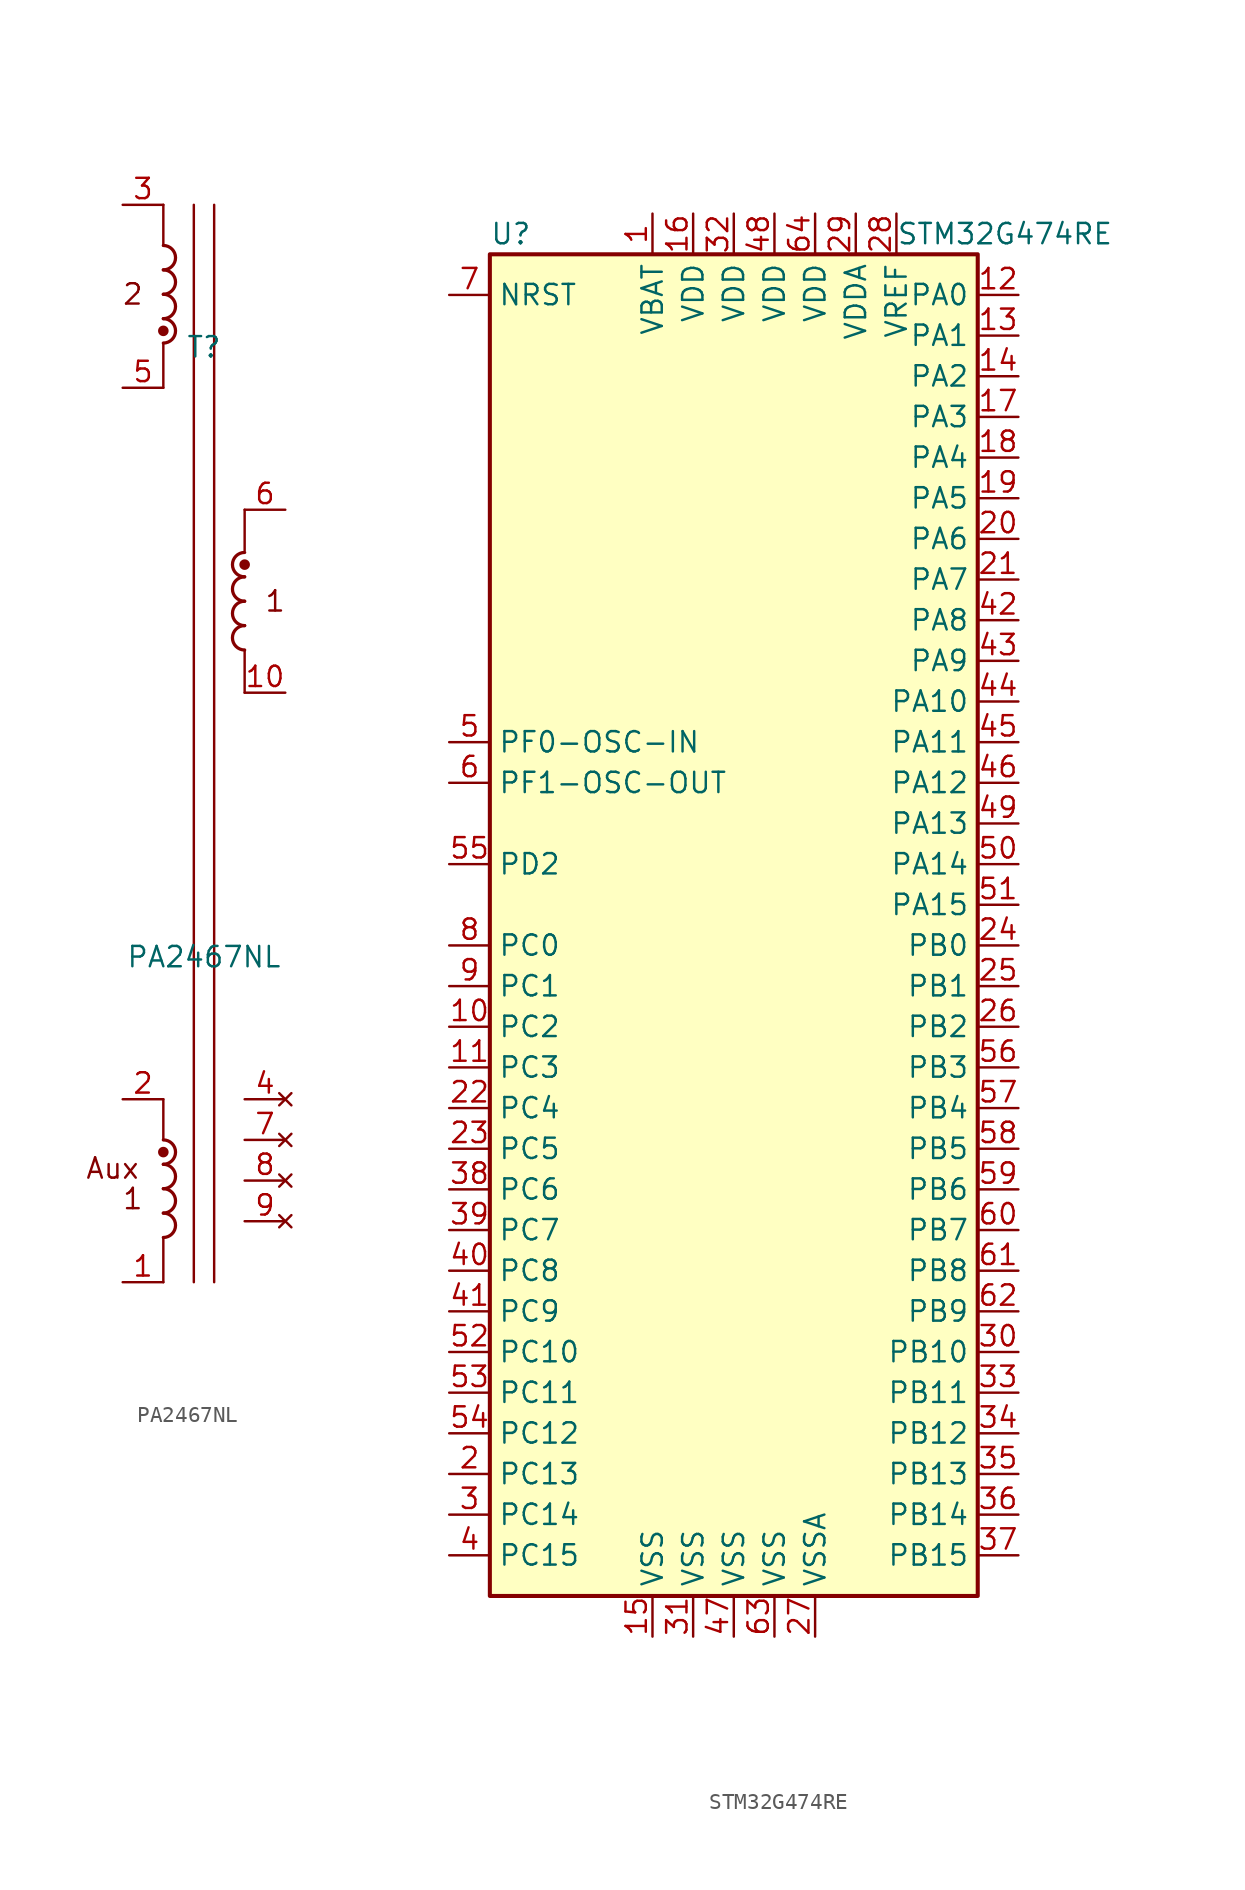
<source format=kicad_sym>
(kicad_symbol_lib
  (version 20220914)
  (generator kicad_symbol_editor)
  (symbol "PA2467NL"
    (pin_names hide)
    (property "Reference" "T"
      (at 0 13.97 0)
      (effects (font (size 1.27 1.27))))
    (property "Value" "PA2467NL"
      (at 0 -24.13 0)
      (effects (font (size 1.27 1.27))))
    (symbol "PA2467NL_0_0"
      (text "1" (at -4.445 -39.243 0) (effects (font (size 1.27 1.27))))
      (text "1" (at 4.445 -1.905 0) (effects (font (size 1.27 1.27))))
      (text "2" (at -4.445 17.272 0) (effects (font (size 1.27 1.27))))
      (text "Aux" (at -5.715 -37.338 0) (effects (font (size 1.27 1.27)))))
    (symbol "PA2467NL_0_1"
      (arc (start -2.54 -41.656) (mid -1.7813 -40.894) (end -2.54 -40.132) (stroke (width 0.2032) (type default)) (fill (type none)))
      (arc (start -2.54 -40.132) (mid -1.7813 -39.37) (end -2.54 -38.608) (stroke (width 0.2032) (type default)) (fill (type none)))
      (arc (start -2.54 -38.608) (mid -1.7813 -37.846) (end -2.54 -37.084) (stroke (width 0.2032) (type default)) (fill (type none)))
      (arc (start -2.54 -37.084) (mid -1.7813 -36.322) (end -2.54 -35.56) (stroke (width 0.2032) (type default)) (fill (type none)))
      (circle (center -2.54 -36.322) (radius 0.254) (stroke (width 0) (type default)) (fill (type outline)))
      (arc (start -2.54 14.224) (mid -1.7813 14.986) (end -2.54 15.748) (stroke (width 0.2032) (type default)) (fill (type none)))
      (circle (center -2.54 14.986) (radius 0.254) (stroke (width 0) (type default)) (fill (type outline)))
      (arc (start -2.54 15.748) (mid -1.7813 16.51) (end -2.54 17.272) (stroke (width 0.2032) (type default)) (fill (type none)))
      (arc (start -2.54 17.272) (mid -1.7813 18.034) (end -2.54 18.796) (stroke (width 0.2032) (type default)) (fill (type none)))
      (arc (start -2.54 18.796) (mid -1.7813 19.558) (end -2.54 20.32) (stroke (width 0.2032) (type default)) (fill (type none)))
      (polyline (pts (xy -2.54 -41.656) (xy -2.54 -44.45)) (stroke (width 0) (type default)) (fill (type none)))
      (polyline (pts (xy -2.54 -33.02) (xy -2.54 -35.56)) (stroke (width 0) (type default)) (fill (type none)))
      (polyline (pts (xy -2.54 14.224) (xy -2.54 11.43)) (stroke (width 0) (type default)) (fill (type none)))
      (polyline (pts (xy -2.54 22.86) (xy -2.54 20.32)) (stroke (width 0) (type default)) (fill (type none)))
      (polyline (pts (xy -0.635 22.86) (xy -0.635 -44.45)) (stroke (width 0) (type default)) (fill (type none)))
      (polyline (pts (xy 0.635 22.86) (xy 0.635 -44.45)) (stroke (width 0) (type default)) (fill (type none)))
      (polyline (pts (xy 2.54 -4.953) (xy 2.54 -7.62)) (stroke (width 0) (type default)) (fill (type none)))
      (polyline (pts (xy 2.54 3.81) (xy 2.54 1.27)) (stroke (width 0) (type default)) (fill (type none)))
      (arc (start 2.54 -3.429) (mid 1.7813 -4.191) (end 2.54 -4.953) (stroke (width 0.2032) (type default)) (fill (type none)))
      (arc (start 2.54 -1.905) (mid 1.7813 -2.667) (end 2.54 -3.429) (stroke (width 0.2032) (type default)) (fill (type none)))
      (arc (start 2.54 -0.381) (mid 1.7813 -1.143) (end 2.54 -1.905) (stroke (width 0.2032) (type default)) (fill (type none)))
      (circle (center 2.54 0.381) (radius 0.254) (stroke (width 0) (type default)) (fill (type outline))))
    (symbol "PA2467NL_1_1"
      (arc (start 2.54 1.143) (mid 1.7813 0.381) (end 2.54 -0.381) (stroke (width 0.2032) (type default)) (fill (type none)))
      (pin passive line (at -5.08 -44.45 0) (length 2.54) (name "~" (effects (font (size 1.27 1.27)))) (number "1" (effects (font (size 1.27 1.27)))))
      (pin passive line (at 5.08 -7.62 180) (length 2.54) (name "~" (effects (font (size 1.27 1.27)))) (number "10" (effects (font (size 1.27 1.27)))))
      (pin passive line (at -5.08 -33.02 0) (length 2.54) (name "~" (effects (font (size 1.27 1.27)))) (number "2" (effects (font (size 1.27 1.27)))))
      (pin passive line (at -5.08 22.86 0) (length 2.54) (name "~" (effects (font (size 1.27 1.27)))) (number "3" (effects (font (size 1.27 1.27)))))
      (pin no_connect line (at 5.08 -33.02 180) (length 2.54) (name "" (effects (font (size 1.27 1.27)))) (number "4" (effects (font (size 1.27 1.27)))))
      (pin passive line (at -5.08 11.43 0) (length 2.54) (name "~" (effects (font (size 1.27 1.27)))) (number "5" (effects (font (size 1.27 1.27)))))
      (pin passive line (at 5.08 3.81 180) (length 2.54) (name "~" (effects (font (size 1.27 1.27)))) (number "6" (effects (font (size 1.27 1.27)))))
      (pin no_connect line (at 5.08 -35.56 180) (length 2.54) (name "" (effects (font (size 1.27 1.27)))) (number "7" (effects (font (size 1.27 1.27)))))
      (pin no_connect line (at 5.08 -38.1 180) (length 2.54) (name "" (effects (font (size 1.27 1.27)))) (number "8" (effects (font (size 1.27 1.27)))))
      (pin no_connect line (at 5.08 -40.64 180) (length 2.54) (name "" (effects (font (size 1.27 1.27)))) (number "9" (effects (font (size 1.27 1.27)))))))
  (symbol "STM32G474RE"
    (property "Reference" "U"
      (at -15.24 41.91 0)
      (effects (font (size 1.27 1.27)) (justify left)))
    (property "Value" "STM32G474RE"
      (at 10.16 41.91 0)
      (effects (font (size 1.27 1.27)) (justify left)))
    (symbol "STM32G474RE_0_1"
      (rectangle (start -15.24 -43.18) (end 15.24 40.64) (stroke (width 0.254) (type default)) (fill (type background))))
    (symbol "STM32G474RE_1_1"
      (pin power_in line (at -5.08 43.18 270) (length 2.54) (name "VBAT" (effects (font (size 1.27 1.27)))) (number "1" (effects (font (size 1.27 1.27)))))
      (pin bidirectional line (at -17.78 -7.62 0) (length 2.54) (name "PC2" (effects (font (size 1.27 1.27)))) (number "10" (effects (font (size 1.27 1.27)))))
      (pin bidirectional line (at -17.78 -10.16 0) (length 2.54) (name "PC3" (effects (font (size 1.27 1.27)))) (number "11" (effects (font (size 1.27 1.27)))))
      (pin bidirectional line (at 17.78 38.1 180) (length 2.54) (name "PA0" (effects (font (size 1.27 1.27)))) (number "12" (effects (font (size 1.27 1.27)))))
      (pin bidirectional line (at 17.78 35.56 180) (length 2.54) (name "PA1" (effects (font (size 1.27 1.27)))) (number "13" (effects (font (size 1.27 1.27)))))
      (pin bidirectional line (at 17.78 33.02 180) (length 2.54) (name "PA2" (effects (font (size 1.27 1.27)))) (number "14" (effects (font (size 1.27 1.27)))))
      (pin power_in line (at -5.08 -45.72 90) (length 2.54) (name "VSS" (effects (font (size 1.27 1.27)))) (number "15" (effects (font (size 1.27 1.27)))))
      (pin power_in line (at -2.54 43.18 270) (length 2.54) (name "VDD" (effects (font (size 1.27 1.27)))) (number "16" (effects (font (size 1.27 1.27)))))
      (pin bidirectional line (at 17.78 30.48 180) (length 2.54) (name "PA3" (effects (font (size 1.27 1.27)))) (number "17" (effects (font (size 1.27 1.27)))))
      (pin bidirectional line (at 17.78 27.94 180) (length 2.54) (name "PA4" (effects (font (size 1.27 1.27)))) (number "18" (effects (font (size 1.27 1.27)))))
      (pin bidirectional line (at 17.78 25.4 180) (length 2.54) (name "PA5" (effects (font (size 1.27 1.27)))) (number "19" (effects (font (size 1.27 1.27)))))
      (pin bidirectional line (at -17.78 -35.56 0) (length 2.54) (name "PC13" (effects (font (size 1.27 1.27)))) (number "2" (effects (font (size 1.27 1.27)))))
      (pin bidirectional line (at 17.78 22.86 180) (length 2.54) (name "PA6" (effects (font (size 1.27 1.27)))) (number "20" (effects (font (size 1.27 1.27)))))
      (pin bidirectional line (at 17.78 20.32 180) (length 2.54) (name "PA7" (effects (font (size 1.27 1.27)))) (number "21" (effects (font (size 1.27 1.27)))))
      (pin bidirectional line (at -17.78 -12.7 0) (length 2.54) (name "PC4" (effects (font (size 1.27 1.27)))) (number "22" (effects (font (size 1.27 1.27)))))
      (pin bidirectional line (at -17.78 -15.24 0) (length 2.54) (name "PC5" (effects (font (size 1.27 1.27)))) (number "23" (effects (font (size 1.27 1.27)))))
      (pin bidirectional line (at 17.78 -2.54 180) (length 2.54) (name "PB0" (effects (font (size 1.27 1.27)))) (number "24" (effects (font (size 1.27 1.27)))))
      (pin bidirectional line (at 17.78 -5.08 180) (length 2.54) (name "PB1" (effects (font (size 1.27 1.27)))) (number "25" (effects (font (size 1.27 1.27)))))
      (pin bidirectional line (at 17.78 -7.62 180) (length 2.54) (name "PB2" (effects (font (size 1.27 1.27)))) (number "26" (effects (font (size 1.27 1.27)))))
      (pin power_in line (at 5.08 -45.72 90) (length 2.54) (name "VSSA" (effects (font (size 1.27 1.27)))) (number "27" (effects (font (size 1.27 1.27)))))
      (pin bidirectional line (at 10.16 43.18 270) (length 2.54) (name "VREF" (effects (font (size 1.27 1.27)))) (number "28" (effects (font (size 1.27 1.27)))))
      (pin power_in line (at 7.62 43.18 270) (length 2.54) (name "VDDA" (effects (font (size 1.27 1.27)))) (number "29" (effects (font (size 1.27 1.27)))))
      (pin bidirectional line (at -17.78 -38.1 0) (length 2.54) (name "PC14" (effects (font (size 1.27 1.27)))) (number "3" (effects (font (size 1.27 1.27)))))
      (pin bidirectional line (at 17.78 -27.94 180) (length 2.54) (name "PB10" (effects (font (size 1.27 1.27)))) (number "30" (effects (font (size 1.27 1.27)))))
      (pin power_in line (at -2.54 -45.72 90) (length 2.54) (name "VSS" (effects (font (size 1.27 1.27)))) (number "31" (effects (font (size 1.27 1.27)))))
      (pin power_in line (at 0 43.18 270) (length 2.54) (name "VDD" (effects (font (size 1.27 1.27)))) (number "32" (effects (font (size 1.27 1.27)))))
      (pin bidirectional line (at 17.78 -30.48 180) (length 2.54) (name "PB11" (effects (font (size 1.27 1.27)))) (number "33" (effects (font (size 1.27 1.27)))))
      (pin bidirectional line (at 17.78 -33.02 180) (length 2.54) (name "PB12" (effects (font (size 1.27 1.27)))) (number "34" (effects (font (size 1.27 1.27)))))
      (pin bidirectional line (at 17.78 -35.56 180) (length 2.54) (name "PB13" (effects (font (size 1.27 1.27)))) (number "35" (effects (font (size 1.27 1.27)))))
      (pin bidirectional line (at 17.78 -38.1 180) (length 2.54) (name "PB14" (effects (font (size 1.27 1.27)))) (number "36" (effects (font (size 1.27 1.27)))))
      (pin bidirectional line (at 17.78 -40.64 180) (length 2.54) (name "PB15" (effects (font (size 1.27 1.27)))) (number "37" (effects (font (size 1.27 1.27)))))
      (pin bidirectional line (at -17.78 -17.78 0) (length 2.54) (name "PC6" (effects (font (size 1.27 1.27)))) (number "38" (effects (font (size 1.27 1.27)))))
      (pin bidirectional line (at -17.78 -20.32 0) (length 2.54) (name "PC7" (effects (font (size 1.27 1.27)))) (number "39" (effects (font (size 1.27 1.27)))))
      (pin bidirectional line (at -17.78 -40.64 0) (length 2.54) (name "PC15" (effects (font (size 1.27 1.27)))) (number "4" (effects (font (size 1.27 1.27)))))
      (pin bidirectional line (at -17.78 -22.86 0) (length 2.54) (name "PC8" (effects (font (size 1.27 1.27)))) (number "40" (effects (font (size 1.27 1.27)))))
      (pin bidirectional line (at -17.78 -25.4 0) (length 2.54) (name "PC9" (effects (font (size 1.27 1.27)))) (number "41" (effects (font (size 1.27 1.27)))))
      (pin bidirectional line (at 17.78 17.78 180) (length 2.54) (name "PA8" (effects (font (size 1.27 1.27)))) (number "42" (effects (font (size 1.27 1.27)))))
      (pin bidirectional line (at 17.78 15.24 180) (length 2.54) (name "PA9" (effects (font (size 1.27 1.27)))) (number "43" (effects (font (size 1.27 1.27)))))
      (pin bidirectional line (at 17.78 12.7 180) (length 2.54) (name "PA10" (effects (font (size 1.27 1.27)))) (number "44" (effects (font (size 1.27 1.27)))))
      (pin bidirectional line (at 17.78 10.16 180) (length 2.54) (name "PA11" (effects (font (size 1.27 1.27)))) (number "45" (effects (font (size 1.27 1.27)))))
      (pin bidirectional line (at 17.78 7.62 180) (length 2.54) (name "PA12" (effects (font (size 1.27 1.27)))) (number "46" (effects (font (size 1.27 1.27)))))
      (pin power_in line (at 0 -45.72 90) (length 2.54) (name "VSS" (effects (font (size 1.27 1.27)))) (number "47" (effects (font (size 1.27 1.27)))))
      (pin power_in line (at 2.54 43.18 270) (length 2.54) (name "VDD" (effects (font (size 1.27 1.27)))) (number "48" (effects (font (size 1.27 1.27)))))
      (pin bidirectional line (at 17.78 5.08 180) (length 2.54) (name "PA13" (effects (font (size 1.27 1.27)))) (number "49" (effects (font (size 1.27 1.27)))))
      (pin input line (at -17.78 10.16 0) (length 2.54) (name "PF0-OSC-IN" (effects (font (size 1.27 1.27)))) (number "5" (effects (font (size 1.27 1.27)))))
      (pin bidirectional line (at 17.78 2.54 180) (length 2.54) (name "PA14" (effects (font (size 1.27 1.27)))) (number "50" (effects (font (size 1.27 1.27)))))
      (pin bidirectional line (at 17.78 0 180) (length 2.54) (name "PA15" (effects (font (size 1.27 1.27)))) (number "51" (effects (font (size 1.27 1.27)))))
      (pin bidirectional line (at -17.78 -27.94 0) (length 2.54) (name "PC10" (effects (font (size 1.27 1.27)))) (number "52" (effects (font (size 1.27 1.27)))))
      (pin bidirectional line (at -17.78 -30.48 0) (length 2.54) (name "PC11" (effects (font (size 1.27 1.27)))) (number "53" (effects (font (size 1.27 1.27)))))
      (pin bidirectional line (at -17.78 -33.02 0) (length 2.54) (name "PC12" (effects (font (size 1.27 1.27)))) (number "54" (effects (font (size 1.27 1.27)))))
      (pin bidirectional line (at -17.78 2.54 0) (length 2.54) (name "PD2" (effects (font (size 1.27 1.27)))) (number "55" (effects (font (size 1.27 1.27)))))
      (pin bidirectional line (at 17.78 -10.16 180) (length 2.54) (name "PB3" (effects (font (size 1.27 1.27)))) (number "56" (effects (font (size 1.27 1.27)))))
      (pin bidirectional line (at 17.78 -12.7 180) (length 2.54) (name "PB4" (effects (font (size 1.27 1.27)))) (number "57" (effects (font (size 1.27 1.27)))))
      (pin bidirectional line (at 17.78 -15.24 180) (length 2.54) (name "PB5" (effects (font (size 1.27 1.27)))) (number "58" (effects (font (size 1.27 1.27)))))
      (pin bidirectional line (at 17.78 -17.78 180) (length 2.54) (name "PB6" (effects (font (size 1.27 1.27)))) (number "59" (effects (font (size 1.27 1.27)))))
      (pin input line (at -17.78 7.62 0) (length 2.54) (name "PF1-OSC-OUT" (effects (font (size 1.27 1.27)))) (number "6" (effects (font (size 1.27 1.27)))))
      (pin bidirectional line (at 17.78 -20.32 180) (length 2.54) (name "PB7" (effects (font (size 1.27 1.27)))) (number "60" (effects (font (size 1.27 1.27)))))
      (pin bidirectional line (at 17.78 -22.86 180) (length 2.54) (name "PB8" (effects (font (size 1.27 1.27)))) (number "61" (effects (font (size 1.27 1.27)))))
      (pin bidirectional line (at 17.78 -25.4 180) (length 2.54) (name "PB9" (effects (font (size 1.27 1.27)))) (number "62" (effects (font (size 1.27 1.27)))))
      (pin power_in line (at 2.54 -45.72 90) (length 2.54) (name "VSS" (effects (font (size 1.27 1.27)))) (number "63" (effects (font (size 1.27 1.27)))))
      (pin power_in line (at 5.08 43.18 270) (length 2.54) (name "VDD" (effects (font (size 1.27 1.27)))) (number "64" (effects (font (size 1.27 1.27)))))
      (pin input line (at -17.78 38.1 0) (length 2.54) (name "NRST" (effects (font (size 1.27 1.27)))) (number "7" (effects (font (size 1.27 1.27)))))
      (pin bidirectional line (at -17.78 -2.54 0) (length 2.54) (name "PC0" (effects (font (size 1.27 1.27)))) (number "8" (effects (font (size 1.27 1.27)))))
      (pin bidirectional line (at -17.78 -5.08 0) (length 2.54) (name "PC1" (effects (font (size 1.27 1.27)))) (number "9" (effects (font (size 1.27 1.27))))))))
</source>
